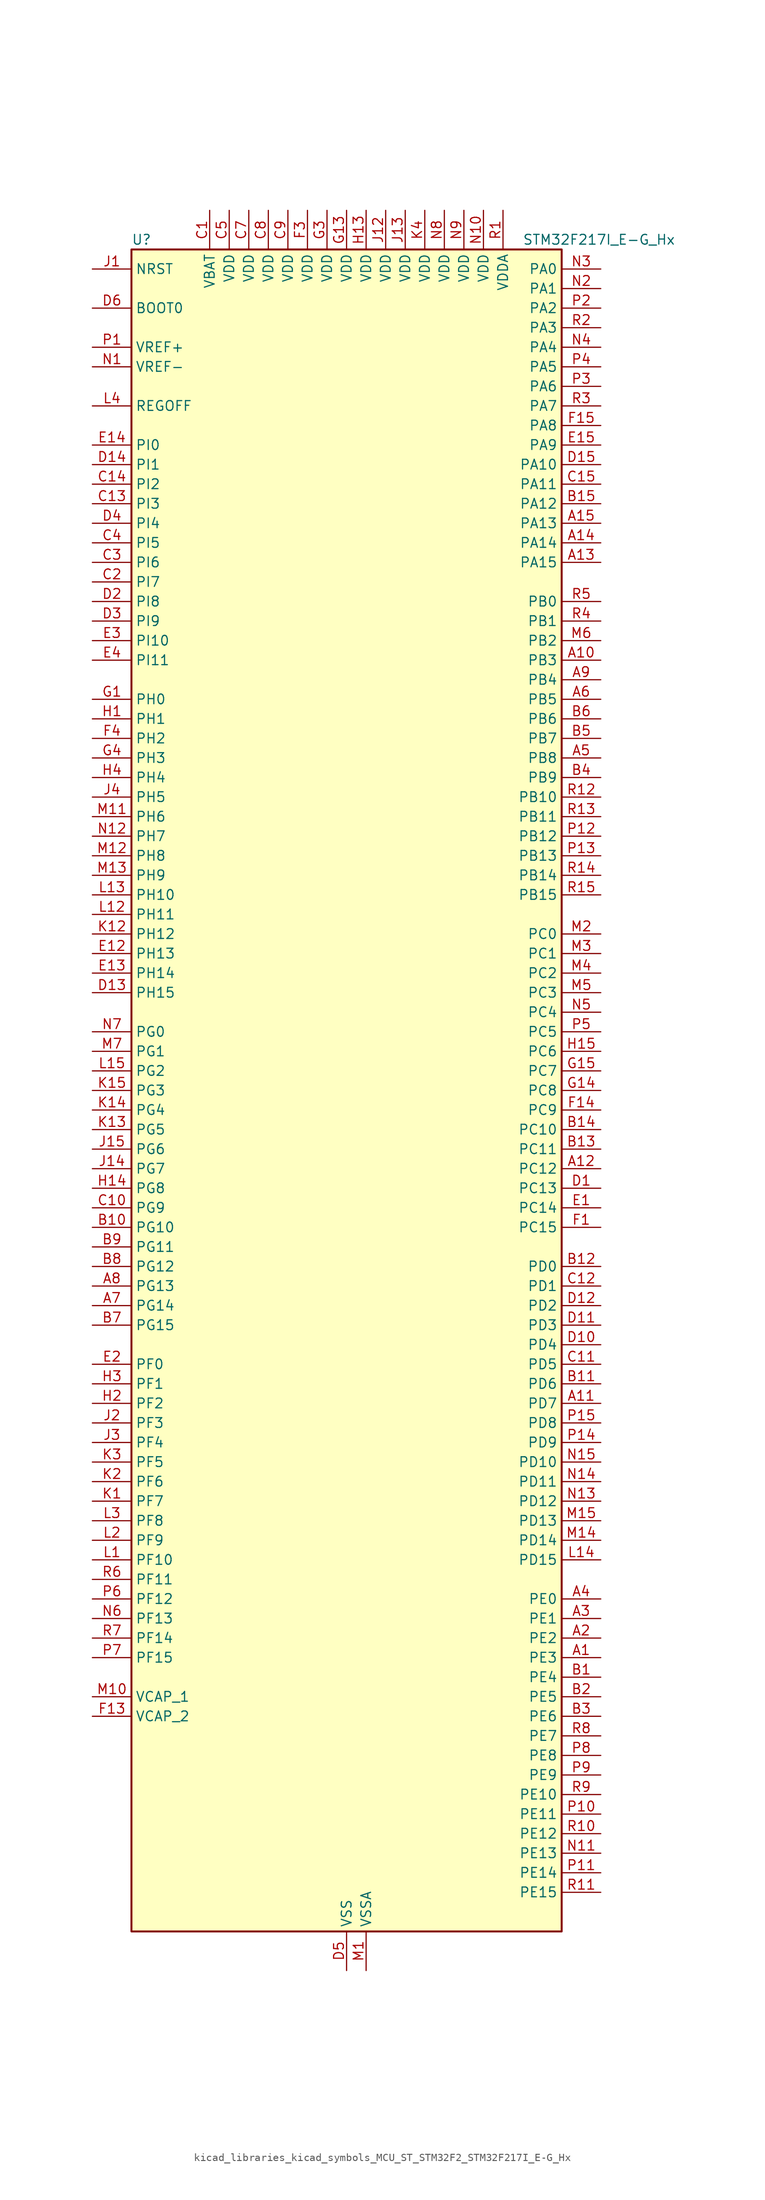
<source format=kicad_sym>
(kicad_symbol_lib
  (version 20220914)
  (generator kicad_symbol_editor)
  (symbol "kicad_libraries_kicad_symbols_MCU_ST_STM32F2_STM32F217I_E-G_Hx"
    (property "Reference" "U"
      (at -27.94 110.49 0)
      (effects (font (size 1.27 1.27)) (justify left)))
    (property "Value" "STM32F217I_E-G_Hx"
      (at 22.86 110.49 0)
      (effects (font (size 1.27 1.27)) (justify left)))
    (property "ki_locked" ""
      (at 0 0 0)
      (effects (font (size 1.27 1.27))))
    (symbol "kicad_libraries_kicad_symbols_MCU_ST_STM32F2_STM32F217I_E-G_Hx_0_1"
      (rectangle (start -27.94 -109.22) (end 27.94 109.22) (stroke (width 0.254) (type default)) (fill (type background))))
    (symbol "kicad_libraries_kicad_symbols_MCU_ST_STM32F2_STM32F217I_E-G_Hx_1_1"
      (pin bidirectional line (at 33.02 -73.66 180) (length 5.08) (name "PE3" (effects (font (size 1.27 1.27)))) (number "A1" (effects (font (size 1.27 1.27)))) (alternate "FSMC_A19" bidirectional line) (alternate "SYS_TRACED0" bidirectional line))
      (pin bidirectional line (at 33.02 55.88 180) (length 5.08) (name "PB3" (effects (font (size 1.27 1.27)))) (number "A10" (effects (font (size 1.27 1.27)))) (alternate "I2S3_SCK" bidirectional line) (alternate "SPI1_SCK" bidirectional line) (alternate "SPI3_SCK" bidirectional line) (alternate "SYS_JTDO-SWO" bidirectional line) (alternate "TIM2_CH2" bidirectional line))
      (pin bidirectional line (at 33.02 -40.64 180) (length 5.08) (name "PD7" (effects (font (size 1.27 1.27)))) (number "A11" (effects (font (size 1.27 1.27)))) (alternate "FSMC_NCE2" bidirectional line) (alternate "FSMC_NE1" bidirectional line) (alternate "USART2_CK" bidirectional line))
      (pin bidirectional line (at 33.02 -10.16 180) (length 5.08) (name "PC12" (effects (font (size 1.27 1.27)))) (number "A12" (effects (font (size 1.27 1.27)))) (alternate "DCMI_D9" bidirectional line) (alternate "I2S3_SD" bidirectional line) (alternate "SDIO_CK" bidirectional line) (alternate "SPI3_MOSI" bidirectional line) (alternate "UART5_TX" bidirectional line) (alternate "USART3_CK" bidirectional line))
      (pin bidirectional line (at 33.02 68.58 180) (length 5.08) (name "PA15" (effects (font (size 1.27 1.27)))) (number "A13" (effects (font (size 1.27 1.27)))) (alternate "ADC1_EXTI15" bidirectional line) (alternate "ADC2_EXTI15" bidirectional line) (alternate "ADC3_EXTI15" bidirectional line) (alternate "I2S3_WS" bidirectional line) (alternate "SPI1_NSS" bidirectional line) (alternate "SPI3_NSS" bidirectional line) (alternate "SYS_JTDI" bidirectional line) (alternate "TIM2_CH1" bidirectional line) (alternate "TIM2_ETR" bidirectional line))
      (pin bidirectional line (at 33.02 71.12 180) (length 5.08) (name "PA14" (effects (font (size 1.27 1.27)))) (number "A14" (effects (font (size 1.27 1.27)))) (alternate "SYS_JTCK-SWCLK" bidirectional line))
      (pin bidirectional line (at 33.02 73.66 180) (length 5.08) (name "PA13" (effects (font (size 1.27 1.27)))) (number "A15" (effects (font (size 1.27 1.27)))) (alternate "SYS_JTMS-SWDIO" bidirectional line))
      (pin bidirectional line (at 33.02 -71.12 180) (length 5.08) (name "PE2" (effects (font (size 1.27 1.27)))) (number "A2" (effects (font (size 1.27 1.27)))) (alternate "ETH_TXD3" bidirectional line) (alternate "FSMC_A23" bidirectional line) (alternate "SYS_TRACECLK" bidirectional line))
      (pin bidirectional line (at 33.02 -68.58 180) (length 5.08) (name "PE1" (effects (font (size 1.27 1.27)))) (number "A3" (effects (font (size 1.27 1.27)))) (alternate "DCMI_D3" bidirectional line) (alternate "FSMC_NBL1" bidirectional line))
      (pin bidirectional line (at 33.02 -66.04 180) (length 5.08) (name "PE0" (effects (font (size 1.27 1.27)))) (number "A4" (effects (font (size 1.27 1.27)))) (alternate "DCMI_D2" bidirectional line) (alternate "FSMC_NBL0" bidirectional line) (alternate "TIM4_ETR" bidirectional line))
      (pin bidirectional line (at 33.02 43.18 180) (length 5.08) (name "PB8" (effects (font (size 1.27 1.27)))) (number "A5" (effects (font (size 1.27 1.27)))) (alternate "CAN1_RX" bidirectional line) (alternate "DCMI_D6" bidirectional line) (alternate "ETH_TXD3" bidirectional line) (alternate "I2C1_SCL" bidirectional line) (alternate "SDIO_D4" bidirectional line) (alternate "TIM10_CH1" bidirectional line) (alternate "TIM4_CH3" bidirectional line))
      (pin bidirectional line (at 33.02 50.8 180) (length 5.08) (name "PB5" (effects (font (size 1.27 1.27)))) (number "A6" (effects (font (size 1.27 1.27)))) (alternate "CAN2_RX" bidirectional line) (alternate "DCMI_D10" bidirectional line) (alternate "ETH_PPS_OUT" bidirectional line) (alternate "I2C1_SMBA" bidirectional line) (alternate "I2S3_SD" bidirectional line) (alternate "SPI1_MOSI" bidirectional line) (alternate "SPI3_MOSI" bidirectional line) (alternate "TIM3_CH2" bidirectional line) (alternate "USB_OTG_HS_ULPI_D7" bidirectional line))
      (pin bidirectional line (at -33.02 -27.94 0) (length 5.08) (name "PG14" (effects (font (size 1.27 1.27)))) (number "A7" (effects (font (size 1.27 1.27)))) (alternate "ETH_TXD1" bidirectional line) (alternate "FSMC_A25" bidirectional line) (alternate "USART6_TX" bidirectional line))
      (pin bidirectional line (at -33.02 -25.4 0) (length 5.08) (name "PG13" (effects (font (size 1.27 1.27)))) (number "A8" (effects (font (size 1.27 1.27)))) (alternate "ETH_TXD0" bidirectional line) (alternate "FSMC_A24" bidirectional line) (alternate "USART6_CTS" bidirectional line))
      (pin bidirectional line (at 33.02 53.34 180) (length 5.08) (name "PB4" (effects (font (size 1.27 1.27)))) (number "A9" (effects (font (size 1.27 1.27)))) (alternate "SPI1_MISO" bidirectional line) (alternate "SPI3_MISO" bidirectional line) (alternate "SYS_JTRST" bidirectional line) (alternate "TIM3_CH1" bidirectional line))
      (pin bidirectional line (at 33.02 -76.2 180) (length 5.08) (name "PE4" (effects (font (size 1.27 1.27)))) (number "B1" (effects (font (size 1.27 1.27)))) (alternate "DCMI_D4" bidirectional line) (alternate "FSMC_A20" bidirectional line) (alternate "SYS_TRACED1" bidirectional line))
      (pin bidirectional line (at -33.02 -17.78 0) (length 5.08) (name "PG10" (effects (font (size 1.27 1.27)))) (number "B10" (effects (font (size 1.27 1.27)))) (alternate "FSMC_NCE4_1" bidirectional line) (alternate "FSMC_NE3" bidirectional line))
      (pin bidirectional line (at 33.02 -38.1 180) (length 5.08) (name "PD6" (effects (font (size 1.27 1.27)))) (number "B11" (effects (font (size 1.27 1.27)))) (alternate "FSMC_NWAIT" bidirectional line) (alternate "USART2_RX" bidirectional line))
      (pin bidirectional line (at 33.02 -22.86 180) (length 5.08) (name "PD0" (effects (font (size 1.27 1.27)))) (number "B12" (effects (font (size 1.27 1.27)))) (alternate "CAN1_RX" bidirectional line) (alternate "FSMC_D2" bidirectional line) (alternate "FSMC_DA2" bidirectional line))
      (pin bidirectional line (at 33.02 -7.62 180) (length 5.08) (name "PC11" (effects (font (size 1.27 1.27)))) (number "B13" (effects (font (size 1.27 1.27)))) (alternate "ADC1_EXTI11" bidirectional line) (alternate "ADC2_EXTI11" bidirectional line) (alternate "ADC3_EXTI11" bidirectional line) (alternate "DCMI_D4" bidirectional line) (alternate "SDIO_D3" bidirectional line) (alternate "SPI3_MISO" bidirectional line) (alternate "UART4_RX" bidirectional line) (alternate "USART3_RX" bidirectional line))
      (pin bidirectional line (at 33.02 -5.08 180) (length 5.08) (name "PC10" (effects (font (size 1.27 1.27)))) (number "B14" (effects (font (size 1.27 1.27)))) (alternate "DCMI_D8" bidirectional line) (alternate "I2S3_SCK" bidirectional line) (alternate "SDIO_D2" bidirectional line) (alternate "SPI3_SCK" bidirectional line) (alternate "UART4_TX" bidirectional line) (alternate "USART3_TX" bidirectional line))
      (pin bidirectional line (at 33.02 76.2 180) (length 5.08) (name "PA12" (effects (font (size 1.27 1.27)))) (number "B15" (effects (font (size 1.27 1.27)))) (alternate "CAN1_TX" bidirectional line) (alternate "TIM1_ETR" bidirectional line) (alternate "USART1_RTS" bidirectional line) (alternate "USB_OTG_FS_DP" bidirectional line))
      (pin bidirectional line (at 33.02 -78.74 180) (length 5.08) (name "PE5" (effects (font (size 1.27 1.27)))) (number "B2" (effects (font (size 1.27 1.27)))) (alternate "DCMI_D6" bidirectional line) (alternate "FSMC_A21" bidirectional line) (alternate "SYS_TRACED2" bidirectional line) (alternate "TIM9_CH1" bidirectional line))
      (pin bidirectional line (at 33.02 -81.28 180) (length 5.08) (name "PE6" (effects (font (size 1.27 1.27)))) (number "B3" (effects (font (size 1.27 1.27)))) (alternate "DCMI_D7" bidirectional line) (alternate "FSMC_A22" bidirectional line) (alternate "SYS_TRACED3" bidirectional line) (alternate "TIM9_CH2" bidirectional line))
      (pin bidirectional line (at 33.02 40.64 180) (length 5.08) (name "PB9" (effects (font (size 1.27 1.27)))) (number "B4" (effects (font (size 1.27 1.27)))) (alternate "CAN1_TX" bidirectional line) (alternate "DAC_EXTI9" bidirectional line) (alternate "DCMI_D7" bidirectional line) (alternate "I2C1_SDA" bidirectional line) (alternate "I2S2_WS" bidirectional line) (alternate "SDIO_D5" bidirectional line) (alternate "SPI2_NSS" bidirectional line) (alternate "TIM11_CH1" bidirectional line) (alternate "TIM4_CH4" bidirectional line))
      (pin bidirectional line (at 33.02 45.72 180) (length 5.08) (name "PB7" (effects (font (size 1.27 1.27)))) (number "B5" (effects (font (size 1.27 1.27)))) (alternate "DCMI_VSYNC" bidirectional line) (alternate "FSMC_NL" bidirectional line) (alternate "I2C1_SDA" bidirectional line) (alternate "TIM4_CH2" bidirectional line) (alternate "USART1_RX" bidirectional line))
      (pin bidirectional line (at 33.02 48.26 180) (length 5.08) (name "PB6" (effects (font (size 1.27 1.27)))) (number "B6" (effects (font (size 1.27 1.27)))) (alternate "CAN2_TX" bidirectional line) (alternate "DCMI_D5" bidirectional line) (alternate "I2C1_SCL" bidirectional line) (alternate "TIM4_CH1" bidirectional line) (alternate "USART1_TX" bidirectional line))
      (pin bidirectional line (at -33.02 -30.48 0) (length 5.08) (name "PG15" (effects (font (size 1.27 1.27)))) (number "B7" (effects (font (size 1.27 1.27)))) (alternate "ADC1_EXTI15" bidirectional line) (alternate "ADC2_EXTI15" bidirectional line) (alternate "ADC3_EXTI15" bidirectional line) (alternate "DCMI_D13" bidirectional line) (alternate "USART6_CTS" bidirectional line))
      (pin bidirectional line (at -33.02 -22.86 0) (length 5.08) (name "PG12" (effects (font (size 1.27 1.27)))) (number "B8" (effects (font (size 1.27 1.27)))) (alternate "FSMC_NE4" bidirectional line) (alternate "USART6_RTS" bidirectional line))
      (pin bidirectional line (at -33.02 -20.32 0) (length 5.08) (name "PG11" (effects (font (size 1.27 1.27)))) (number "B9" (effects (font (size 1.27 1.27)))) (alternate "ADC1_EXTI11" bidirectional line) (alternate "ADC2_EXTI11" bidirectional line) (alternate "ADC3_EXTI11" bidirectional line) (alternate "ETH_TX_EN" bidirectional line) (alternate "FSMC_NCE4_2" bidirectional line))
      (pin power_in line (at -17.78 114.3 270) (length 5.08) (name "VBAT" (effects (font (size 1.27 1.27)))) (number "C1" (effects (font (size 1.27 1.27)))))
      (pin bidirectional line (at -33.02 -15.24 0) (length 5.08) (name "PG9" (effects (font (size 1.27 1.27)))) (number "C10" (effects (font (size 1.27 1.27)))) (alternate "DAC_EXTI9" bidirectional line) (alternate "FSMC_NCE3" bidirectional line) (alternate "FSMC_NE2" bidirectional line) (alternate "USART6_RX" bidirectional line))
      (pin bidirectional line (at 33.02 -35.56 180) (length 5.08) (name "PD5" (effects (font (size 1.27 1.27)))) (number "C11" (effects (font (size 1.27 1.27)))) (alternate "FSMC_NWE" bidirectional line) (alternate "USART2_TX" bidirectional line))
      (pin bidirectional line (at 33.02 -25.4 180) (length 5.08) (name "PD1" (effects (font (size 1.27 1.27)))) (number "C12" (effects (font (size 1.27 1.27)))) (alternate "CAN1_TX" bidirectional line) (alternate "FSMC_D3" bidirectional line) (alternate "FSMC_DA3" bidirectional line))
      (pin bidirectional line (at -33.02 76.2 0) (length 5.08) (name "PI3" (effects (font (size 1.27 1.27)))) (number "C13" (effects (font (size 1.27 1.27)))) (alternate "DCMI_D10" bidirectional line) (alternate "I2S2_SD" bidirectional line) (alternate "SPI2_MOSI" bidirectional line) (alternate "TIM8_ETR" bidirectional line))
      (pin bidirectional line (at -33.02 78.74 0) (length 5.08) (name "PI2" (effects (font (size 1.27 1.27)))) (number "C14" (effects (font (size 1.27 1.27)))) (alternate "DCMI_D9" bidirectional line) (alternate "SPI2_MISO" bidirectional line) (alternate "TIM8_CH4" bidirectional line))
      (pin bidirectional line (at 33.02 78.74 180) (length 5.08) (name "PA11" (effects (font (size 1.27 1.27)))) (number "C15" (effects (font (size 1.27 1.27)))) (alternate "ADC1_EXTI11" bidirectional line) (alternate "ADC2_EXTI11" bidirectional line) (alternate "ADC3_EXTI11" bidirectional line) (alternate "CAN1_RX" bidirectional line) (alternate "TIM1_CH4" bidirectional line) (alternate "USART1_CTS" bidirectional line) (alternate "USB_OTG_FS_DM" bidirectional line))
      (pin bidirectional line (at -33.02 66.04 0) (length 5.08) (name "PI7" (effects (font (size 1.27 1.27)))) (number "C2" (effects (font (size 1.27 1.27)))) (alternate "DCMI_D7" bidirectional line) (alternate "TIM8_CH3" bidirectional line))
      (pin bidirectional line (at -33.02 68.58 0) (length 5.08) (name "PI6" (effects (font (size 1.27 1.27)))) (number "C3" (effects (font (size 1.27 1.27)))) (alternate "DCMI_D6" bidirectional line) (alternate "TIM8_CH2" bidirectional line))
      (pin bidirectional line (at -33.02 71.12 0) (length 5.08) (name "PI5" (effects (font (size 1.27 1.27)))) (number "C4" (effects (font (size 1.27 1.27)))) (alternate "DCMI_VSYNC" bidirectional line) (alternate "TIM8_CH1" bidirectional line))
      (pin power_in line (at -15.24 114.3 270) (length 5.08) (name "VDD" (effects (font (size 1.27 1.27)))) (number "C5" (effects (font (size 1.27 1.27)))))
      (pin no_connect line (at -27.94 -109.22 0) (length 5.08) hide (name "RFU" (effects (font (size 1.27 1.27)))) (number "C6" (effects (font (size 1.27 1.27)))))
      (pin power_in line (at -12.7 114.3 270) (length 5.08) (name "VDD" (effects (font (size 1.27 1.27)))) (number "C7" (effects (font (size 1.27 1.27)))))
      (pin power_in line (at -10.16 114.3 270) (length 5.08) (name "VDD" (effects (font (size 1.27 1.27)))) (number "C8" (effects (font (size 1.27 1.27)))))
      (pin power_in line (at -7.62 114.3 270) (length 5.08) (name "VDD" (effects (font (size 1.27 1.27)))) (number "C9" (effects (font (size 1.27 1.27)))))
      (pin bidirectional line (at 33.02 -12.7 180) (length 5.08) (name "PC13" (effects (font (size 1.27 1.27)))) (number "D1" (effects (font (size 1.27 1.27)))) (alternate "RTC_AF1" bidirectional line))
      (pin bidirectional line (at 33.02 -33.02 180) (length 5.08) (name "PD4" (effects (font (size 1.27 1.27)))) (number "D10" (effects (font (size 1.27 1.27)))) (alternate "FSMC_NOE" bidirectional line) (alternate "USART2_RTS" bidirectional line))
      (pin bidirectional line (at 33.02 -30.48 180) (length 5.08) (name "PD3" (effects (font (size 1.27 1.27)))) (number "D11" (effects (font (size 1.27 1.27)))) (alternate "FSMC_CLK" bidirectional line) (alternate "USART2_CTS" bidirectional line))
      (pin bidirectional line (at 33.02 -27.94 180) (length 5.08) (name "PD2" (effects (font (size 1.27 1.27)))) (number "D12" (effects (font (size 1.27 1.27)))) (alternate "DCMI_D11" bidirectional line) (alternate "SDIO_CMD" bidirectional line) (alternate "TIM3_ETR" bidirectional line) (alternate "UART5_RX" bidirectional line))
      (pin bidirectional line (at -33.02 12.7 0) (length 5.08) (name "PH15" (effects (font (size 1.27 1.27)))) (number "D13" (effects (font (size 1.27 1.27)))) (alternate "ADC1_EXTI15" bidirectional line) (alternate "ADC2_EXTI15" bidirectional line) (alternate "ADC3_EXTI15" bidirectional line) (alternate "DCMI_D11" bidirectional line) (alternate "TIM8_CH3N" bidirectional line))
      (pin bidirectional line (at -33.02 81.28 0) (length 5.08) (name "PI1" (effects (font (size 1.27 1.27)))) (number "D14" (effects (font (size 1.27 1.27)))) (alternate "DCMI_D8" bidirectional line) (alternate "I2S2_SCK" bidirectional line) (alternate "SPI2_SCK" bidirectional line))
      (pin bidirectional line (at 33.02 81.28 180) (length 5.08) (name "PA10" (effects (font (size 1.27 1.27)))) (number "D15" (effects (font (size 1.27 1.27)))) (alternate "DCMI_D1" bidirectional line) (alternate "TIM1_CH3" bidirectional line) (alternate "USART1_RX" bidirectional line) (alternate "USB_OTG_FS_ID" bidirectional line))
      (pin bidirectional line (at -33.02 63.5 0) (length 5.08) (name "PI8" (effects (font (size 1.27 1.27)))) (number "D2" (effects (font (size 1.27 1.27)))) (alternate "RTC_AF2" bidirectional line))
      (pin bidirectional line (at -33.02 60.96 0) (length 5.08) (name "PI9" (effects (font (size 1.27 1.27)))) (number "D3" (effects (font (size 1.27 1.27)))) (alternate "CAN1_RX" bidirectional line) (alternate "DAC_EXTI9" bidirectional line))
      (pin bidirectional line (at -33.02 73.66 0) (length 5.08) (name "PI4" (effects (font (size 1.27 1.27)))) (number "D4" (effects (font (size 1.27 1.27)))) (alternate "DCMI_D5" bidirectional line) (alternate "TIM8_BKIN" bidirectional line))
      (pin power_in line (at 0 -114.3 90) (length 5.08) (name "VSS" (effects (font (size 1.27 1.27)))) (number "D5" (effects (font (size 1.27 1.27)))))
      (pin input line (at -33.02 101.6 0) (length 5.08) (name "BOOT0" (effects (font (size 1.27 1.27)))) (number "D6" (effects (font (size 1.27 1.27)))))
      (pin passive line (at 0 -114.3 90) (length 5.08) hide (name "VSS" (effects (font (size 1.27 1.27)))) (number "D7" (effects (font (size 1.27 1.27)))))
      (pin passive line (at 0 -114.3 90) (length 5.08) hide (name "VSS" (effects (font (size 1.27 1.27)))) (number "D8" (effects (font (size 1.27 1.27)))))
      (pin passive line (at 0 -114.3 90) (length 5.08) hide (name "VSS" (effects (font (size 1.27 1.27)))) (number "D9" (effects (font (size 1.27 1.27)))))
      (pin bidirectional line (at 33.02 -15.24 180) (length 5.08) (name "PC14" (effects (font (size 1.27 1.27)))) (number "E1" (effects (font (size 1.27 1.27)))) (alternate "RCC_OSC32_IN" bidirectional line))
      (pin bidirectional line (at -33.02 17.78 0) (length 5.08) (name "PH13" (effects (font (size 1.27 1.27)))) (number "E12" (effects (font (size 1.27 1.27)))) (alternate "CAN1_TX" bidirectional line) (alternate "TIM8_CH1N" bidirectional line))
      (pin bidirectional line (at -33.02 15.24 0) (length 5.08) (name "PH14" (effects (font (size 1.27 1.27)))) (number "E13" (effects (font (size 1.27 1.27)))) (alternate "DCMI_D4" bidirectional line) (alternate "TIM8_CH2N" bidirectional line))
      (pin bidirectional line (at -33.02 83.82 0) (length 5.08) (name "PI0" (effects (font (size 1.27 1.27)))) (number "E14" (effects (font (size 1.27 1.27)))) (alternate "DCMI_D13" bidirectional line) (alternate "I2S2_WS" bidirectional line) (alternate "SPI2_NSS" bidirectional line) (alternate "TIM5_CH4" bidirectional line))
      (pin bidirectional line (at 33.02 83.82 180) (length 5.08) (name "PA9" (effects (font (size 1.27 1.27)))) (number "E15" (effects (font (size 1.27 1.27)))) (alternate "DAC_EXTI9" bidirectional line) (alternate "DCMI_D0" bidirectional line) (alternate "I2C3_SMBA" bidirectional line) (alternate "TIM1_CH2" bidirectional line) (alternate "USART1_TX" bidirectional line) (alternate "USB_OTG_FS_VBUS" bidirectional line))
      (pin bidirectional line (at -33.02 -35.56 0) (length 5.08) (name "PF0" (effects (font (size 1.27 1.27)))) (number "E2" (effects (font (size 1.27 1.27)))) (alternate "FSMC_A0" bidirectional line) (alternate "I2C2_SDA" bidirectional line))
      (pin bidirectional line (at -33.02 58.42 0) (length 5.08) (name "PI10" (effects (font (size 1.27 1.27)))) (number "E3" (effects (font (size 1.27 1.27)))) (alternate "ETH_RX_ER" bidirectional line))
      (pin bidirectional line (at -33.02 55.88 0) (length 5.08) (name "PI11" (effects (font (size 1.27 1.27)))) (number "E4" (effects (font (size 1.27 1.27)))) (alternate "ADC1_EXTI11" bidirectional line) (alternate "ADC2_EXTI11" bidirectional line) (alternate "ADC3_EXTI11" bidirectional line) (alternate "USB_OTG_HS_ULPI_DIR" bidirectional line))
      (pin bidirectional line (at 33.02 -17.78 180) (length 5.08) (name "PC15" (effects (font (size 1.27 1.27)))) (number "F1" (effects (font (size 1.27 1.27)))) (alternate "ADC1_EXTI15" bidirectional line) (alternate "ADC2_EXTI15" bidirectional line) (alternate "ADC3_EXTI15" bidirectional line) (alternate "RCC_OSC32_OUT" bidirectional line))
      (pin passive line (at 0 -114.3 90) (length 5.08) hide (name "VSS" (effects (font (size 1.27 1.27)))) (number "F10" (effects (font (size 1.27 1.27)))))
      (pin passive line (at 0 -114.3 90) (length 5.08) hide (name "VSS" (effects (font (size 1.27 1.27)))) (number "F12" (effects (font (size 1.27 1.27)))))
      (pin power_out line (at -33.02 -81.28 0) (length 5.08) (name "VCAP_2" (effects (font (size 1.27 1.27)))) (number "F13" (effects (font (size 1.27 1.27)))))
      (pin bidirectional line (at 33.02 -2.54 180) (length 5.08) (name "PC9" (effects (font (size 1.27 1.27)))) (number "F14" (effects (font (size 1.27 1.27)))) (alternate "DAC_EXTI9" bidirectional line) (alternate "DCMI_D3" bidirectional line) (alternate "I2C3_SDA" bidirectional line) (alternate "I2S_CKIN" bidirectional line) (alternate "RCC_MCO_2" bidirectional line) (alternate "SDIO_D1" bidirectional line) (alternate "TIM3_CH4" bidirectional line) (alternate "TIM8_CH4" bidirectional line))
      (pin bidirectional line (at 33.02 86.36 180) (length 5.08) (name "PA8" (effects (font (size 1.27 1.27)))) (number "F15" (effects (font (size 1.27 1.27)))) (alternate "I2C3_SCL" bidirectional line) (alternate "RCC_MCO_1" bidirectional line) (alternate "TIM1_CH1" bidirectional line) (alternate "USART1_CK" bidirectional line) (alternate "USB_OTG_FS_SOF" bidirectional line))
      (pin passive line (at 0 -114.3 90) (length 5.08) hide (name "VSS" (effects (font (size 1.27 1.27)))) (number "F2" (effects (font (size 1.27 1.27)))))
      (pin power_in line (at -5.08 114.3 270) (length 5.08) (name "VDD" (effects (font (size 1.27 1.27)))) (number "F3" (effects (font (size 1.27 1.27)))))
      (pin bidirectional line (at -33.02 45.72 0) (length 5.08) (name "PH2" (effects (font (size 1.27 1.27)))) (number "F4" (effects (font (size 1.27 1.27)))) (alternate "ETH_CRS" bidirectional line))
      (pin passive line (at 0 -114.3 90) (length 5.08) hide (name "VSS" (effects (font (size 1.27 1.27)))) (number "F6" (effects (font (size 1.27 1.27)))))
      (pin passive line (at 0 -114.3 90) (length 5.08) hide (name "VSS" (effects (font (size 1.27 1.27)))) (number "F7" (effects (font (size 1.27 1.27)))))
      (pin passive line (at 0 -114.3 90) (length 5.08) hide (name "VSS" (effects (font (size 1.27 1.27)))) (number "F8" (effects (font (size 1.27 1.27)))))
      (pin passive line (at 0 -114.3 90) (length 5.08) hide (name "VSS" (effects (font (size 1.27 1.27)))) (number "F9" (effects (font (size 1.27 1.27)))))
      (pin bidirectional line (at -33.02 50.8 0) (length 5.08) (name "PH0" (effects (font (size 1.27 1.27)))) (number "G1" (effects (font (size 1.27 1.27)))) (alternate "RCC_OSC_IN" bidirectional line))
      (pin passive line (at 0 -114.3 90) (length 5.08) hide (name "VSS" (effects (font (size 1.27 1.27)))) (number "G10" (effects (font (size 1.27 1.27)))))
      (pin passive line (at 0 -114.3 90) (length 5.08) hide (name "VSS" (effects (font (size 1.27 1.27)))) (number "G12" (effects (font (size 1.27 1.27)))))
      (pin power_in line (at 0 114.3 270) (length 5.08) (name "VDD" (effects (font (size 1.27 1.27)))) (number "G13" (effects (font (size 1.27 1.27)))))
      (pin bidirectional line (at 33.02 0 180) (length 5.08) (name "PC8" (effects (font (size 1.27 1.27)))) (number "G14" (effects (font (size 1.27 1.27)))) (alternate "DCMI_D2" bidirectional line) (alternate "SDIO_D0" bidirectional line) (alternate "TIM3_CH3" bidirectional line) (alternate "TIM8_CH3" bidirectional line) (alternate "USART6_CK" bidirectional line))
      (pin bidirectional line (at 33.02 2.54 180) (length 5.08) (name "PC7" (effects (font (size 1.27 1.27)))) (number "G15" (effects (font (size 1.27 1.27)))) (alternate "DCMI_D1" bidirectional line) (alternate "I2S3_MCK" bidirectional line) (alternate "SDIO_D7" bidirectional line) (alternate "TIM3_CH2" bidirectional line) (alternate "TIM8_CH2" bidirectional line) (alternate "USART6_RX" bidirectional line))
      (pin passive line (at 0 -114.3 90) (length 5.08) hide (name "VSS" (effects (font (size 1.27 1.27)))) (number "G2" (effects (font (size 1.27 1.27)))))
      (pin power_in line (at -2.54 114.3 270) (length 5.08) (name "VDD" (effects (font (size 1.27 1.27)))) (number "G3" (effects (font (size 1.27 1.27)))))
      (pin bidirectional line (at -33.02 43.18 0) (length 5.08) (name "PH3" (effects (font (size 1.27 1.27)))) (number "G4" (effects (font (size 1.27 1.27)))) (alternate "ETH_COL" bidirectional line))
      (pin passive line (at 0 -114.3 90) (length 5.08) hide (name "VSS" (effects (font (size 1.27 1.27)))) (number "G6" (effects (font (size 1.27 1.27)))))
      (pin passive line (at 0 -114.3 90) (length 5.08) hide (name "VSS" (effects (font (size 1.27 1.27)))) (number "G7" (effects (font (size 1.27 1.27)))))
      (pin passive line (at 0 -114.3 90) (length 5.08) hide (name "VSS" (effects (font (size 1.27 1.27)))) (number "G8" (effects (font (size 1.27 1.27)))))
      (pin passive line (at 0 -114.3 90) (length 5.08) hide (name "VSS" (effects (font (size 1.27 1.27)))) (number "G9" (effects (font (size 1.27 1.27)))))
      (pin bidirectional line (at -33.02 48.26 0) (length 5.08) (name "PH1" (effects (font (size 1.27 1.27)))) (number "H1" (effects (font (size 1.27 1.27)))) (alternate "RCC_OSC_OUT" bidirectional line))
      (pin passive line (at 0 -114.3 90) (length 5.08) hide (name "VSS" (effects (font (size 1.27 1.27)))) (number "H10" (effects (font (size 1.27 1.27)))))
      (pin passive line (at 0 -114.3 90) (length 5.08) hide (name "VSS" (effects (font (size 1.27 1.27)))) (number "H12" (effects (font (size 1.27 1.27)))))
      (pin power_in line (at 2.54 114.3 270) (length 5.08) (name "VDD" (effects (font (size 1.27 1.27)))) (number "H13" (effects (font (size 1.27 1.27)))))
      (pin bidirectional line (at -33.02 -12.7 0) (length 5.08) (name "PG8" (effects (font (size 1.27 1.27)))) (number "H14" (effects (font (size 1.27 1.27)))) (alternate "ETH_PPS_OUT" bidirectional line) (alternate "USART6_RTS" bidirectional line))
      (pin bidirectional line (at 33.02 5.08 180) (length 5.08) (name "PC6" (effects (font (size 1.27 1.27)))) (number "H15" (effects (font (size 1.27 1.27)))) (alternate "DCMI_D0" bidirectional line) (alternate "I2S2_MCK" bidirectional line) (alternate "SDIO_D6" bidirectional line) (alternate "TIM3_CH1" bidirectional line) (alternate "TIM8_CH1" bidirectional line) (alternate "USART6_TX" bidirectional line))
      (pin bidirectional line (at -33.02 -40.64 0) (length 5.08) (name "PF2" (effects (font (size 1.27 1.27)))) (number "H2" (effects (font (size 1.27 1.27)))) (alternate "FSMC_A2" bidirectional line) (alternate "I2C2_SMBA" bidirectional line))
      (pin bidirectional line (at -33.02 -38.1 0) (length 5.08) (name "PF1" (effects (font (size 1.27 1.27)))) (number "H3" (effects (font (size 1.27 1.27)))) (alternate "FSMC_A1" bidirectional line) (alternate "I2C2_SCL" bidirectional line))
      (pin bidirectional line (at -33.02 40.64 0) (length 5.08) (name "PH4" (effects (font (size 1.27 1.27)))) (number "H4" (effects (font (size 1.27 1.27)))) (alternate "I2C2_SCL" bidirectional line) (alternate "USB_OTG_HS_ULPI_NXT" bidirectional line))
      (pin passive line (at 0 -114.3 90) (length 5.08) hide (name "VSS" (effects (font (size 1.27 1.27)))) (number "H6" (effects (font (size 1.27 1.27)))))
      (pin passive line (at 0 -114.3 90) (length 5.08) hide (name "VSS" (effects (font (size 1.27 1.27)))) (number "H7" (effects (font (size 1.27 1.27)))))
      (pin passive line (at 0 -114.3 90) (length 5.08) hide (name "VSS" (effects (font (size 1.27 1.27)))) (number "H8" (effects (font (size 1.27 1.27)))))
      (pin passive line (at 0 -114.3 90) (length 5.08) hide (name "VSS" (effects (font (size 1.27 1.27)))) (number "H9" (effects (font (size 1.27 1.27)))))
      (pin input line (at -33.02 106.68 0) (length 5.08) (name "NRST" (effects (font (size 1.27 1.27)))) (number "J1" (effects (font (size 1.27 1.27)))))
      (pin passive line (at 0 -114.3 90) (length 5.08) hide (name "VSS" (effects (font (size 1.27 1.27)))) (number "J10" (effects (font (size 1.27 1.27)))))
      (pin power_in line (at 5.08 114.3 270) (length 5.08) (name "VDD" (effects (font (size 1.27 1.27)))) (number "J12" (effects (font (size 1.27 1.27)))))
      (pin power_in line (at 7.62 114.3 270) (length 5.08) (name "VDD" (effects (font (size 1.27 1.27)))) (number "J13" (effects (font (size 1.27 1.27)))))
      (pin bidirectional line (at -33.02 -10.16 0) (length 5.08) (name "PG7" (effects (font (size 1.27 1.27)))) (number "J14" (effects (font (size 1.27 1.27)))) (alternate "FSMC_INT3" bidirectional line) (alternate "USART6_CK" bidirectional line))
      (pin bidirectional line (at -33.02 -7.62 0) (length 5.08) (name "PG6" (effects (font (size 1.27 1.27)))) (number "J15" (effects (font (size 1.27 1.27)))) (alternate "FSMC_INT2" bidirectional line))
      (pin bidirectional line (at -33.02 -43.18 0) (length 5.08) (name "PF3" (effects (font (size 1.27 1.27)))) (number "J2" (effects (font (size 1.27 1.27)))) (alternate "ADC3_IN9" bidirectional line) (alternate "FSMC_A3" bidirectional line))
      (pin bidirectional line (at -33.02 -45.72 0) (length 5.08) (name "PF4" (effects (font (size 1.27 1.27)))) (number "J3" (effects (font (size 1.27 1.27)))) (alternate "ADC3_IN14" bidirectional line) (alternate "FSMC_A4" bidirectional line))
      (pin bidirectional line (at -33.02 38.1 0) (length 5.08) (name "PH5" (effects (font (size 1.27 1.27)))) (number "J4" (effects (font (size 1.27 1.27)))) (alternate "I2C2_SDA" bidirectional line))
      (pin passive line (at 0 -114.3 90) (length 5.08) hide (name "VSS" (effects (font (size 1.27 1.27)))) (number "J6" (effects (font (size 1.27 1.27)))))
      (pin passive line (at 0 -114.3 90) (length 5.08) hide (name "VSS" (effects (font (size 1.27 1.27)))) (number "J7" (effects (font (size 1.27 1.27)))))
      (pin passive line (at 0 -114.3 90) (length 5.08) hide (name "VSS" (effects (font (size 1.27 1.27)))) (number "J8" (effects (font (size 1.27 1.27)))))
      (pin passive line (at 0 -114.3 90) (length 5.08) hide (name "VSS" (effects (font (size 1.27 1.27)))) (number "J9" (effects (font (size 1.27 1.27)))))
      (pin bidirectional line (at -33.02 -53.34 0) (length 5.08) (name "PF7" (effects (font (size 1.27 1.27)))) (number "K1" (effects (font (size 1.27 1.27)))) (alternate "ADC3_IN5" bidirectional line) (alternate "FSMC_NREG" bidirectional line) (alternate "TIM11_CH1" bidirectional line))
      (pin passive line (at 0 -114.3 90) (length 5.08) hide (name "VSS" (effects (font (size 1.27 1.27)))) (number "K10" (effects (font (size 1.27 1.27)))))
      (pin bidirectional line (at -33.02 20.32 0) (length 5.08) (name "PH12" (effects (font (size 1.27 1.27)))) (number "K12" (effects (font (size 1.27 1.27)))) (alternate "DCMI_D3" bidirectional line) (alternate "TIM5_CH3" bidirectional line))
      (pin bidirectional line (at -33.02 -5.08 0) (length 5.08) (name "PG5" (effects (font (size 1.27 1.27)))) (number "K13" (effects (font (size 1.27 1.27)))) (alternate "FSMC_A15" bidirectional line))
      (pin bidirectional line (at -33.02 -2.54 0) (length 5.08) (name "PG4" (effects (font (size 1.27 1.27)))) (number "K14" (effects (font (size 1.27 1.27)))) (alternate "FSMC_A14" bidirectional line))
      (pin bidirectional line (at -33.02 0 0) (length 5.08) (name "PG3" (effects (font (size 1.27 1.27)))) (number "K15" (effects (font (size 1.27 1.27)))) (alternate "FSMC_A13" bidirectional line))
      (pin bidirectional line (at -33.02 -50.8 0) (length 5.08) (name "PF6" (effects (font (size 1.27 1.27)))) (number "K2" (effects (font (size 1.27 1.27)))) (alternate "ADC3_IN4" bidirectional line) (alternate "FSMC_NIORD" bidirectional line) (alternate "TIM10_CH1" bidirectional line))
      (pin bidirectional line (at -33.02 -48.26 0) (length 5.08) (name "PF5" (effects (font (size 1.27 1.27)))) (number "K3" (effects (font (size 1.27 1.27)))) (alternate "ADC3_IN15" bidirectional line) (alternate "FSMC_A5" bidirectional line))
      (pin power_in line (at 10.16 114.3 270) (length 5.08) (name "VDD" (effects (font (size 1.27 1.27)))) (number "K4" (effects (font (size 1.27 1.27)))))
      (pin passive line (at 0 -114.3 90) (length 5.08) hide (name "VSS" (effects (font (size 1.27 1.27)))) (number "K6" (effects (font (size 1.27 1.27)))))
      (pin passive line (at 0 -114.3 90) (length 5.08) hide (name "VSS" (effects (font (size 1.27 1.27)))) (number "K7" (effects (font (size 1.27 1.27)))))
      (pin passive line (at 0 -114.3 90) (length 5.08) hide (name "VSS" (effects (font (size 1.27 1.27)))) (number "K8" (effects (font (size 1.27 1.27)))))
      (pin passive line (at 0 -114.3 90) (length 5.08) hide (name "VSS" (effects (font (size 1.27 1.27)))) (number "K9" (effects (font (size 1.27 1.27)))))
      (pin bidirectional line (at -33.02 -60.96 0) (length 5.08) (name "PF10" (effects (font (size 1.27 1.27)))) (number "L1" (effects (font (size 1.27 1.27)))) (alternate "ADC3_IN8" bidirectional line) (alternate "FSMC_INTR" bidirectional line))
      (pin bidirectional line (at -33.02 22.86 0) (length 5.08) (name "PH11" (effects (font (size 1.27 1.27)))) (number "L12" (effects (font (size 1.27 1.27)))) (alternate "ADC1_EXTI11" bidirectional line) (alternate "ADC2_EXTI11" bidirectional line) (alternate "ADC3_EXTI11" bidirectional line) (alternate "DCMI_D2" bidirectional line) (alternate "TIM5_CH2" bidirectional line))
      (pin bidirectional line (at -33.02 25.4 0) (length 5.08) (name "PH10" (effects (font (size 1.27 1.27)))) (number "L13" (effects (font (size 1.27 1.27)))) (alternate "DCMI_D1" bidirectional line) (alternate "TIM5_CH1" bidirectional line))
      (pin bidirectional line (at 33.02 -60.96 180) (length 5.08) (name "PD15" (effects (font (size 1.27 1.27)))) (number "L14" (effects (font (size 1.27 1.27)))) (alternate "ADC1_EXTI15" bidirectional line) (alternate "ADC2_EXTI15" bidirectional line) (alternate "ADC3_EXTI15" bidirectional line) (alternate "FSMC_D1" bidirectional line) (alternate "FSMC_DA1" bidirectional line) (alternate "TIM4_CH4" bidirectional line))
      (pin bidirectional line (at -33.02 2.54 0) (length 5.08) (name "PG2" (effects (font (size 1.27 1.27)))) (number "L15" (effects (font (size 1.27 1.27)))) (alternate "FSMC_A12" bidirectional line))
      (pin bidirectional line (at -33.02 -58.42 0) (length 5.08) (name "PF9" (effects (font (size 1.27 1.27)))) (number "L2" (effects (font (size 1.27 1.27)))) (alternate "ADC3_IN7" bidirectional line) (alternate "DAC_EXTI9" bidirectional line) (alternate "FSMC_CD" bidirectional line) (alternate "TIM14_CH1" bidirectional line))
      (pin bidirectional line (at -33.02 -55.88 0) (length 5.08) (name "PF8" (effects (font (size 1.27 1.27)))) (number "L3" (effects (font (size 1.27 1.27)))) (alternate "ADC3_IN6" bidirectional line) (alternate "FSMC_NIOWR" bidirectional line) (alternate "TIM13_CH1" bidirectional line))
      (pin input line (at -33.02 88.9 0) (length 5.08) (name "REGOFF" (effects (font (size 1.27 1.27)))) (number "L4" (effects (font (size 1.27 1.27)))))
      (pin power_in line (at 2.54 -114.3 90) (length 5.08) (name "VSSA" (effects (font (size 1.27 1.27)))) (number "M1" (effects (font (size 1.27 1.27)))))
      (pin power_out line (at -33.02 -78.74 0) (length 5.08) (name "VCAP_1" (effects (font (size 1.27 1.27)))) (number "M10" (effects (font (size 1.27 1.27)))))
      (pin bidirectional line (at -33.02 35.56 0) (length 5.08) (name "PH6" (effects (font (size 1.27 1.27)))) (number "M11" (effects (font (size 1.27 1.27)))) (alternate "ETH_RXD2" bidirectional line) (alternate "I2C2_SMBA" bidirectional line) (alternate "TIM12_CH1" bidirectional line))
      (pin bidirectional line (at -33.02 30.48 0) (length 5.08) (name "PH8" (effects (font (size 1.27 1.27)))) (number "M12" (effects (font (size 1.27 1.27)))) (alternate "DCMI_HSYNC" bidirectional line) (alternate "I2C3_SDA" bidirectional line))
      (pin bidirectional line (at -33.02 27.94 0) (length 5.08) (name "PH9" (effects (font (size 1.27 1.27)))) (number "M13" (effects (font (size 1.27 1.27)))) (alternate "DAC_EXTI9" bidirectional line) (alternate "DCMI_D0" bidirectional line) (alternate "I2C3_SMBA" bidirectional line) (alternate "TIM12_CH2" bidirectional line))
      (pin bidirectional line (at 33.02 -58.42 180) (length 5.08) (name "PD14" (effects (font (size 1.27 1.27)))) (number "M14" (effects (font (size 1.27 1.27)))) (alternate "FSMC_D0" bidirectional line) (alternate "FSMC_DA0" bidirectional line) (alternate "TIM4_CH3" bidirectional line))
      (pin bidirectional line (at 33.02 -55.88 180) (length 5.08) (name "PD13" (effects (font (size 1.27 1.27)))) (number "M15" (effects (font (size 1.27 1.27)))) (alternate "FSMC_A18" bidirectional line) (alternate "TIM4_CH2" bidirectional line))
      (pin bidirectional line (at 33.02 20.32 180) (length 5.08) (name "PC0" (effects (font (size 1.27 1.27)))) (number "M2" (effects (font (size 1.27 1.27)))) (alternate "ADC1_IN10" bidirectional line) (alternate "ADC2_IN10" bidirectional line) (alternate "ADC3_IN10" bidirectional line) (alternate "USB_OTG_HS_ULPI_STP" bidirectional line))
      (pin bidirectional line (at 33.02 17.78 180) (length 5.08) (name "PC1" (effects (font (size 1.27 1.27)))) (number "M3" (effects (font (size 1.27 1.27)))) (alternate "ADC1_IN11" bidirectional line) (alternate "ADC2_IN11" bidirectional line) (alternate "ADC3_IN11" bidirectional line) (alternate "ETH_MDC" bidirectional line))
      (pin bidirectional line (at 33.02 15.24 180) (length 5.08) (name "PC2" (effects (font (size 1.27 1.27)))) (number "M4" (effects (font (size 1.27 1.27)))) (alternate "ADC1_IN12" bidirectional line) (alternate "ADC2_IN12" bidirectional line) (alternate "ADC3_IN12" bidirectional line) (alternate "ETH_TXD2" bidirectional line) (alternate "SPI2_MISO" bidirectional line) (alternate "USB_OTG_HS_ULPI_DIR" bidirectional line))
      (pin bidirectional line (at 33.02 12.7 180) (length 5.08) (name "PC3" (effects (font (size 1.27 1.27)))) (number "M5" (effects (font (size 1.27 1.27)))) (alternate "ADC1_IN13" bidirectional line) (alternate "ADC2_IN13" bidirectional line) (alternate "ADC3_IN13" bidirectional line) (alternate "ETH_TX_CLK" bidirectional line) (alternate "I2S2_SD" bidirectional line) (alternate "SPI2_MOSI" bidirectional line) (alternate "USB_OTG_HS_ULPI_NXT" bidirectional line))
      (pin bidirectional line (at 33.02 58.42 180) (length 5.08) (name "PB2" (effects (font (size 1.27 1.27)))) (number "M6" (effects (font (size 1.27 1.27)))))
      (pin bidirectional line (at -33.02 5.08 0) (length 5.08) (name "PG1" (effects (font (size 1.27 1.27)))) (number "M7" (effects (font (size 1.27 1.27)))) (alternate "FSMC_A11" bidirectional line))
      (pin passive line (at 0 -114.3 90) (length 5.08) hide (name "VSS" (effects (font (size 1.27 1.27)))) (number "M8" (effects (font (size 1.27 1.27)))))
      (pin passive line (at 0 -114.3 90) (length 5.08) hide (name "VSS" (effects (font (size 1.27 1.27)))) (number "M9" (effects (font (size 1.27 1.27)))))
      (pin input line (at -33.02 93.98 0) (length 5.08) (name "VREF-" (effects (font (size 1.27 1.27)))) (number "N1" (effects (font (size 1.27 1.27)))))
      (pin power_in line (at 17.78 114.3 270) (length 5.08) (name "VDD" (effects (font (size 1.27 1.27)))) (number "N10" (effects (font (size 1.27 1.27)))))
      (pin bidirectional line (at 33.02 -99.06 180) (length 5.08) (name "PE13" (effects (font (size 1.27 1.27)))) (number "N11" (effects (font (size 1.27 1.27)))) (alternate "FSMC_D10" bidirectional line) (alternate "FSMC_DA10" bidirectional line) (alternate "TIM1_CH3" bidirectional line))
      (pin bidirectional line (at -33.02 33.02 0) (length 5.08) (name "PH7" (effects (font (size 1.27 1.27)))) (number "N12" (effects (font (size 1.27 1.27)))) (alternate "ETH_RXD3" bidirectional line) (alternate "I2C3_SCL" bidirectional line))
      (pin bidirectional line (at 33.02 -53.34 180) (length 5.08) (name "PD12" (effects (font (size 1.27 1.27)))) (number "N13" (effects (font (size 1.27 1.27)))) (alternate "FSMC_A17" bidirectional line) (alternate "FSMC_ALE" bidirectional line) (alternate "TIM4_CH1" bidirectional line) (alternate "USART3_RTS" bidirectional line))
      (pin bidirectional line (at 33.02 -50.8 180) (length 5.08) (name "PD11" (effects (font (size 1.27 1.27)))) (number "N14" (effects (font (size 1.27 1.27)))) (alternate "ADC1_EXTI11" bidirectional line) (alternate "ADC2_EXTI11" bidirectional line) (alternate "ADC3_EXTI11" bidirectional line) (alternate "FSMC_A16" bidirectional line) (alternate "FSMC_CLE" bidirectional line) (alternate "USART3_CTS" bidirectional line))
      (pin bidirectional line (at 33.02 -48.26 180) (length 5.08) (name "PD10" (effects (font (size 1.27 1.27)))) (number "N15" (effects (font (size 1.27 1.27)))) (alternate "FSMC_D15" bidirectional line) (alternate "FSMC_DA15" bidirectional line) (alternate "USART3_CK" bidirectional line))
      (pin bidirectional line (at 33.02 104.14 180) (length 5.08) (name "PA1" (effects (font (size 1.27 1.27)))) (number "N2" (effects (font (size 1.27 1.27)))) (alternate "ADC1_IN1" bidirectional line) (alternate "ADC2_IN1" bidirectional line) (alternate "ADC3_IN1" bidirectional line) (alternate "ETH_REF_CLK" bidirectional line) (alternate "ETH_RX_CLK" bidirectional line) (alternate "TIM2_CH2" bidirectional line) (alternate "TIM5_CH2" bidirectional line) (alternate "UART4_RX" bidirectional line) (alternate "USART2_RTS" bidirectional line))
      (pin bidirectional line (at 33.02 106.68 180) (length 5.08) (name "PA0" (effects (font (size 1.27 1.27)))) (number "N3" (effects (font (size 1.27 1.27)))) (alternate "ADC1_IN0" bidirectional line) (alternate "ADC2_IN0" bidirectional line) (alternate "ADC3_IN0" bidirectional line) (alternate "ETH_CRS" bidirectional line) (alternate "SYS_WKUP" bidirectional line) (alternate "TIM2_CH1" bidirectional line) (alternate "TIM2_ETR" bidirectional line) (alternate "TIM5_CH1" bidirectional line) (alternate "TIM8_ETR" bidirectional line) (alternate "UART4_TX" bidirectional line) (alternate "USART2_CTS" bidirectional line))
      (pin bidirectional line (at 33.02 96.52 180) (length 5.08) (name "PA4" (effects (font (size 1.27 1.27)))) (number "N4" (effects (font (size 1.27 1.27)))) (alternate "ADC1_IN4" bidirectional line) (alternate "ADC2_IN4" bidirectional line) (alternate "DAC_OUT1" bidirectional line) (alternate "DCMI_HSYNC" bidirectional line) (alternate "I2S3_WS" bidirectional line) (alternate "SPI1_NSS" bidirectional line) (alternate "SPI3_NSS" bidirectional line) (alternate "USART2_CK" bidirectional line) (alternate "USB_OTG_HS_SOF" bidirectional line))
      (pin bidirectional line (at 33.02 10.16 180) (length 5.08) (name "PC4" (effects (font (size 1.27 1.27)))) (number "N5" (effects (font (size 1.27 1.27)))) (alternate "ADC1_IN14" bidirectional line) (alternate "ADC2_IN14" bidirectional line) (alternate "ETH_RXD0" bidirectional line))
      (pin bidirectional line (at -33.02 -68.58 0) (length 5.08) (name "PF13" (effects (font (size 1.27 1.27)))) (number "N6" (effects (font (size 1.27 1.27)))) (alternate "FSMC_A7" bidirectional line))
      (pin bidirectional line (at -33.02 7.62 0) (length 5.08) (name "PG0" (effects (font (size 1.27 1.27)))) (number "N7" (effects (font (size 1.27 1.27)))) (alternate "FSMC_A10" bidirectional line))
      (pin power_in line (at 12.7 114.3 270) (length 5.08) (name "VDD" (effects (font (size 1.27 1.27)))) (number "N8" (effects (font (size 1.27 1.27)))))
      (pin power_in line (at 15.24 114.3 270) (length 5.08) (name "VDD" (effects (font (size 1.27 1.27)))) (number "N9" (effects (font (size 1.27 1.27)))))
      (pin input line (at -33.02 96.52 0) (length 5.08) (name "VREF+" (effects (font (size 1.27 1.27)))) (number "P1" (effects (font (size 1.27 1.27)))))
      (pin bidirectional line (at 33.02 -93.98 180) (length 5.08) (name "PE11" (effects (font (size 1.27 1.27)))) (number "P10" (effects (font (size 1.27 1.27)))) (alternate "ADC1_EXTI11" bidirectional line) (alternate "ADC2_EXTI11" bidirectional line) (alternate "ADC3_EXTI11" bidirectional line) (alternate "FSMC_D8" bidirectional line) (alternate "FSMC_DA8" bidirectional line) (alternate "TIM1_CH2" bidirectional line))
      (pin bidirectional line (at 33.02 -101.6 180) (length 5.08) (name "PE14" (effects (font (size 1.27 1.27)))) (number "P11" (effects (font (size 1.27 1.27)))) (alternate "FSMC_D11" bidirectional line) (alternate "FSMC_DA11" bidirectional line) (alternate "TIM1_CH4" bidirectional line))
      (pin bidirectional line (at 33.02 33.02 180) (length 5.08) (name "PB12" (effects (font (size 1.27 1.27)))) (number "P12" (effects (font (size 1.27 1.27)))) (alternate "CAN2_RX" bidirectional line) (alternate "ETH_TXD0" bidirectional line) (alternate "I2C2_SMBA" bidirectional line) (alternate "I2S2_WS" bidirectional line) (alternate "SPI2_NSS" bidirectional line) (alternate "TIM1_BKIN" bidirectional line) (alternate "USART3_CK" bidirectional line) (alternate "USB_OTG_HS_ID" bidirectional line) (alternate "USB_OTG_HS_ULPI_D5" bidirectional line))
      (pin bidirectional line (at 33.02 30.48 180) (length 5.08) (name "PB13" (effects (font (size 1.27 1.27)))) (number "P13" (effects (font (size 1.27 1.27)))) (alternate "CAN2_TX" bidirectional line) (alternate "ETH_TXD1" bidirectional line) (alternate "I2S2_SCK" bidirectional line) (alternate "SPI2_SCK" bidirectional line) (alternate "TIM1_CH1N" bidirectional line) (alternate "USART3_CTS" bidirectional line) (alternate "USB_OTG_HS_ULPI_D6" bidirectional line) (alternate "USB_OTG_HS_VBUS" bidirectional line))
      (pin bidirectional line (at 33.02 -45.72 180) (length 5.08) (name "PD9" (effects (font (size 1.27 1.27)))) (number "P14" (effects (font (size 1.27 1.27)))) (alternate "DAC_EXTI9" bidirectional line) (alternate "FSMC_D14" bidirectional line) (alternate "FSMC_DA14" bidirectional line) (alternate "USART3_RX" bidirectional line))
      (pin bidirectional line (at 33.02 -43.18 180) (length 5.08) (name "PD8" (effects (font (size 1.27 1.27)))) (number "P15" (effects (font (size 1.27 1.27)))) (alternate "FSMC_D13" bidirectional line) (alternate "FSMC_DA13" bidirectional line) (alternate "USART3_TX" bidirectional line))
      (pin bidirectional line (at 33.02 101.6 180) (length 5.08) (name "PA2" (effects (font (size 1.27 1.27)))) (number "P2" (effects (font (size 1.27 1.27)))) (alternate "ADC1_IN2" bidirectional line) (alternate "ADC2_IN2" bidirectional line) (alternate "ADC3_IN2" bidirectional line) (alternate "ETH_MDIO" bidirectional line) (alternate "TIM2_CH3" bidirectional line) (alternate "TIM5_CH3" bidirectional line) (alternate "TIM9_CH1" bidirectional line) (alternate "USART2_TX" bidirectional line))
      (pin bidirectional line (at 33.02 91.44 180) (length 5.08) (name "PA6" (effects (font (size 1.27 1.27)))) (number "P3" (effects (font (size 1.27 1.27)))) (alternate "ADC1_IN6" bidirectional line) (alternate "ADC2_IN6" bidirectional line) (alternate "DCMI_PIXCLK" bidirectional line) (alternate "SPI1_MISO" bidirectional line) (alternate "TIM13_CH1" bidirectional line) (alternate "TIM1_BKIN" bidirectional line) (alternate "TIM3_CH1" bidirectional line) (alternate "TIM8_BKIN" bidirectional line))
      (pin bidirectional line (at 33.02 93.98 180) (length 5.08) (name "PA5" (effects (font (size 1.27 1.27)))) (number "P4" (effects (font (size 1.27 1.27)))) (alternate "ADC1_IN5" bidirectional line) (alternate "ADC2_IN5" bidirectional line) (alternate "DAC_OUT2" bidirectional line) (alternate "SPI1_SCK" bidirectional line) (alternate "TIM2_CH1" bidirectional line) (alternate "TIM2_ETR" bidirectional line) (alternate "TIM8_CH1N" bidirectional line) (alternate "USB_OTG_HS_ULPI_CK" bidirectional line))
      (pin bidirectional line (at 33.02 7.62 180) (length 5.08) (name "PC5" (effects (font (size 1.27 1.27)))) (number "P5" (effects (font (size 1.27 1.27)))) (alternate "ADC1_IN15" bidirectional line) (alternate "ADC2_IN15" bidirectional line) (alternate "ETH_RXD1" bidirectional line))
      (pin bidirectional line (at -33.02 -66.04 0) (length 5.08) (name "PF12" (effects (font (size 1.27 1.27)))) (number "P6" (effects (font (size 1.27 1.27)))) (alternate "FSMC_A6" bidirectional line))
      (pin bidirectional line (at -33.02 -73.66 0) (length 5.08) (name "PF15" (effects (font (size 1.27 1.27)))) (number "P7" (effects (font (size 1.27 1.27)))) (alternate "ADC1_EXTI15" bidirectional line) (alternate "ADC2_EXTI15" bidirectional line) (alternate "ADC3_EXTI15" bidirectional line) (alternate "FSMC_A9" bidirectional line))
      (pin bidirectional line (at 33.02 -86.36 180) (length 5.08) (name "PE8" (effects (font (size 1.27 1.27)))) (number "P8" (effects (font (size 1.27 1.27)))) (alternate "FSMC_D5" bidirectional line) (alternate "FSMC_DA5" bidirectional line) (alternate "TIM1_CH1N" bidirectional line))
      (pin bidirectional line (at 33.02 -88.9 180) (length 5.08) (name "PE9" (effects (font (size 1.27 1.27)))) (number "P9" (effects (font (size 1.27 1.27)))) (alternate "DAC_EXTI9" bidirectional line) (alternate "FSMC_D6" bidirectional line) (alternate "FSMC_DA6" bidirectional line) (alternate "TIM1_CH1" bidirectional line))
      (pin power_in line (at 20.32 114.3 270) (length 5.08) (name "VDDA" (effects (font (size 1.27 1.27)))) (number "R1" (effects (font (size 1.27 1.27)))))
      (pin bidirectional line (at 33.02 -96.52 180) (length 5.08) (name "PE12" (effects (font (size 1.27 1.27)))) (number "R10" (effects (font (size 1.27 1.27)))) (alternate "FSMC_D9" bidirectional line) (alternate "FSMC_DA9" bidirectional line) (alternate "TIM1_CH3N" bidirectional line))
      (pin bidirectional line (at 33.02 -104.14 180) (length 5.08) (name "PE15" (effects (font (size 1.27 1.27)))) (number "R11" (effects (font (size 1.27 1.27)))) (alternate "ADC1_EXTI15" bidirectional line) (alternate "ADC2_EXTI15" bidirectional line) (alternate "ADC3_EXTI15" bidirectional line) (alternate "FSMC_D12" bidirectional line) (alternate "FSMC_DA12" bidirectional line) (alternate "TIM1_BKIN" bidirectional line))
      (pin bidirectional line (at 33.02 38.1 180) (length 5.08) (name "PB10" (effects (font (size 1.27 1.27)))) (number "R12" (effects (font (size 1.27 1.27)))) (alternate "ETH_RX_ER" bidirectional line) (alternate "I2C2_SCL" bidirectional line) (alternate "I2S2_SCK" bidirectional line) (alternate "SPI2_SCK" bidirectional line) (alternate "TIM2_CH3" bidirectional line) (alternate "USART3_TX" bidirectional line) (alternate "USB_OTG_HS_ULPI_D3" bidirectional line))
      (pin bidirectional line (at 33.02 35.56 180) (length 5.08) (name "PB11" (effects (font (size 1.27 1.27)))) (number "R13" (effects (font (size 1.27 1.27)))) (alternate "ADC1_EXTI11" bidirectional line) (alternate "ADC2_EXTI11" bidirectional line) (alternate "ADC3_EXTI11" bidirectional line) (alternate "ETH_TX_EN" bidirectional line) (alternate "I2C2_SDA" bidirectional line) (alternate "TIM2_CH4" bidirectional line) (alternate "USART3_RX" bidirectional line) (alternate "USB_OTG_HS_ULPI_D4" bidirectional line))
      (pin bidirectional line (at 33.02 27.94 180) (length 5.08) (name "PB14" (effects (font (size 1.27 1.27)))) (number "R14" (effects (font (size 1.27 1.27)))) (alternate "SPI2_MISO" bidirectional line) (alternate "TIM12_CH1" bidirectional line) (alternate "TIM1_CH2N" bidirectional line) (alternate "TIM8_CH2N" bidirectional line) (alternate "USART3_RTS" bidirectional line) (alternate "USB_OTG_HS_DM" bidirectional line))
      (pin bidirectional line (at 33.02 25.4 180) (length 5.08) (name "PB15" (effects (font (size 1.27 1.27)))) (number "R15" (effects (font (size 1.27 1.27)))) (alternate "ADC1_EXTI15" bidirectional line) (alternate "ADC2_EXTI15" bidirectional line) (alternate "ADC3_EXTI15" bidirectional line) (alternate "I2S2_SD" bidirectional line) (alternate "RTC_REFIN" bidirectional line) (alternate "SPI2_MOSI" bidirectional line) (alternate "TIM12_CH2" bidirectional line) (alternate "TIM1_CH3N" bidirectional line) (alternate "TIM8_CH3N" bidirectional line) (alternate "USB_OTG_HS_DP" bidirectional line))
      (pin bidirectional line (at 33.02 99.06 180) (length 5.08) (name "PA3" (effects (font (size 1.27 1.27)))) (number "R2" (effects (font (size 1.27 1.27)))) (alternate "ADC1_IN3" bidirectional line) (alternate "ADC2_IN3" bidirectional line) (alternate "ADC3_IN3" bidirectional line) (alternate "ETH_COL" bidirectional line) (alternate "TIM2_CH4" bidirectional line) (alternate "TIM5_CH4" bidirectional line) (alternate "TIM9_CH2" bidirectional line) (alternate "USART2_RX" bidirectional line) (alternate "USB_OTG_HS_ULPI_D0" bidirectional line))
      (pin bidirectional line (at 33.02 88.9 180) (length 5.08) (name "PA7" (effects (font (size 1.27 1.27)))) (number "R3" (effects (font (size 1.27 1.27)))) (alternate "ADC1_IN7" bidirectional line) (alternate "ADC2_IN7" bidirectional line) (alternate "ETH_CRS_DV" bidirectional line) (alternate "ETH_RX_DV" bidirectional line) (alternate "SPI1_MOSI" bidirectional line) (alternate "TIM14_CH1" bidirectional line) (alternate "TIM1_CH1N" bidirectional line) (alternate "TIM3_CH2" bidirectional line) (alternate "TIM8_CH1N" bidirectional line))
      (pin bidirectional line (at 33.02 60.96 180) (length 5.08) (name "PB1" (effects (font (size 1.27 1.27)))) (number "R4" (effects (font (size 1.27 1.27)))) (alternate "ADC1_IN9" bidirectional line) (alternate "ADC2_IN9" bidirectional line) (alternate "ETH_RXD3" bidirectional line) (alternate "TIM1_CH3N" bidirectional line) (alternate "TIM3_CH4" bidirectional line) (alternate "TIM8_CH3N" bidirectional line) (alternate "USB_OTG_HS_ULPI_D2" bidirectional line))
      (pin bidirectional line (at 33.02 63.5 180) (length 5.08) (name "PB0" (effects (font (size 1.27 1.27)))) (number "R5" (effects (font (size 1.27 1.27)))) (alternate "ADC1_IN8" bidirectional line) (alternate "ADC2_IN8" bidirectional line) (alternate "ETH_RXD2" bidirectional line) (alternate "TIM1_CH2N" bidirectional line) (alternate "TIM3_CH3" bidirectional line) (alternate "TIM8_CH2N" bidirectional line) (alternate "USB_OTG_HS_ULPI_D1" bidirectional line))
      (pin bidirectional line (at -33.02 -63.5 0) (length 5.08) (name "PF11" (effects (font (size 1.27 1.27)))) (number "R6" (effects (font (size 1.27 1.27)))) (alternate "ADC1_EXTI11" bidirectional line) (alternate "ADC2_EXTI11" bidirectional line) (alternate "ADC3_EXTI11" bidirectional line) (alternate "DCMI_D12" bidirectional line))
      (pin bidirectional line (at -33.02 -71.12 0) (length 5.08) (name "PF14" (effects (font (size 1.27 1.27)))) (number "R7" (effects (font (size 1.27 1.27)))) (alternate "FSMC_A8" bidirectional line))
      (pin bidirectional line (at 33.02 -83.82 180) (length 5.08) (name "PE7" (effects (font (size 1.27 1.27)))) (number "R8" (effects (font (size 1.27 1.27)))) (alternate "FSMC_D4" bidirectional line) (alternate "FSMC_DA4" bidirectional line) (alternate "TIM1_ETR" bidirectional line))
      (pin bidirectional line (at 33.02 -91.44 180) (length 5.08) (name "PE10" (effects (font (size 1.27 1.27)))) (number "R9" (effects (font (size 1.27 1.27)))) (alternate "FSMC_D7" bidirectional line) (alternate "FSMC_DA7" bidirectional line) (alternate "TIM1_CH2N" bidirectional line)))))
</source>
